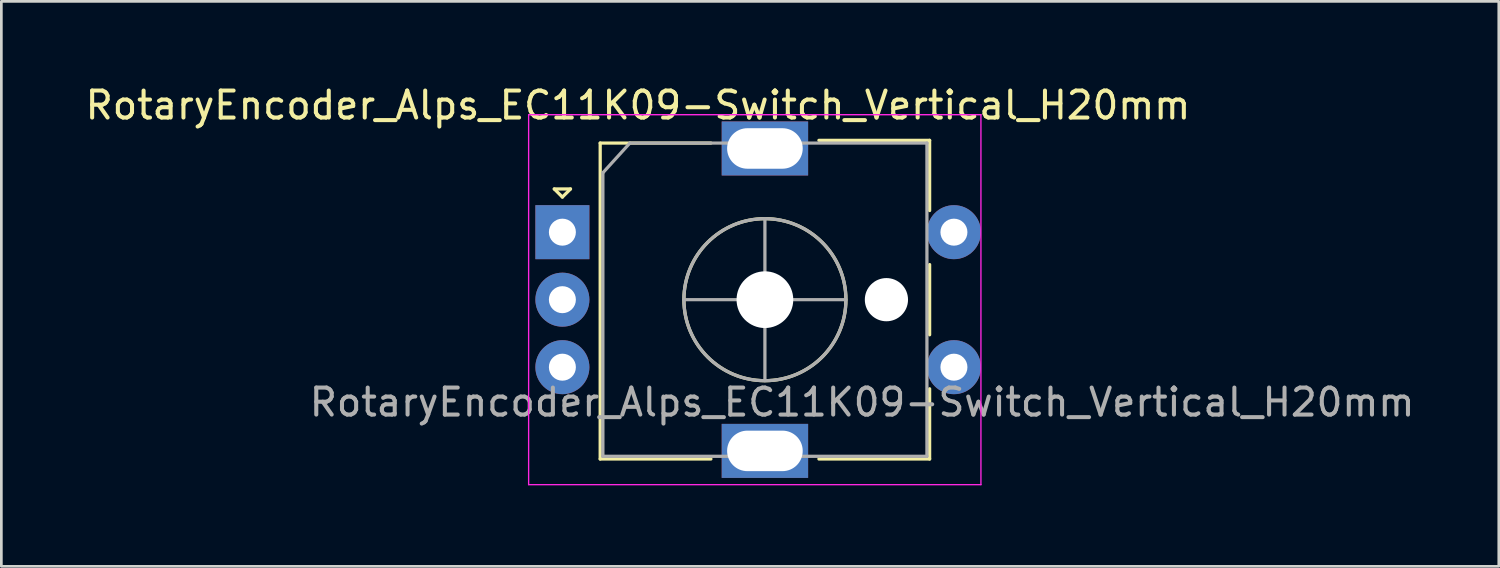
<source format=kicad_pcb>
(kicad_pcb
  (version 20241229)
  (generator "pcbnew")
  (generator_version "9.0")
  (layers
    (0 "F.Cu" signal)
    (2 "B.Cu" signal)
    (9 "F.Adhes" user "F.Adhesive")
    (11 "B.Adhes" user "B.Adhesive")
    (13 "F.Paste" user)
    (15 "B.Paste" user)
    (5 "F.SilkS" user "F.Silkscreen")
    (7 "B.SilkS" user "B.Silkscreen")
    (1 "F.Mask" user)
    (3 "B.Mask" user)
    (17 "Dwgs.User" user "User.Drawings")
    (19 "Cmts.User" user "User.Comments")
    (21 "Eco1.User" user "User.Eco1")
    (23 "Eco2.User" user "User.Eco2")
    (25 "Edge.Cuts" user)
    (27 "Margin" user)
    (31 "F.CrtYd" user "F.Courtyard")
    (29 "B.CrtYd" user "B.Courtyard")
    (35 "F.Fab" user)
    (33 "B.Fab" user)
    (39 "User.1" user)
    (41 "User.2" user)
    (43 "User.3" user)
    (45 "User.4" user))
  (footprint "RotaryEncoder_Alps_EC11K09-Switch_Vertical_H20mm"
    (layer "F.Cu")
    (at 17.777 5.548)
    (property "Reference" "RotaryEncoder_Alps_EC11K09-Switch_Vertical_H20mm" (at 2.8 -4.7 0) (layer "F.SilkS") (effects (font (size 1 1) (thickness 0.15))))
    (attr through_hole)
    (fp_line (start -0.3 -1.6) (end 0.3 -1.6) (stroke (width 0.12) (type solid)) (layer "F.SilkS"))
    (fp_line (start 0 -1.3) (end -0.3 -1.6) (stroke (width 0.12) (type solid)) (layer "F.SilkS"))
    (fp_line (start 0.3 -1.6) (end 0 -1.3) (stroke (width 0.12) (type solid)) (layer "F.SilkS"))
    (fp_line (start 1.4 -3.3) (end 1.4 8.4) (stroke (width 0.12) (type solid)) (layer "F.SilkS"))
    (fp_line (start 5.5 -3.3) (end 1.4 -3.3) (stroke (width 0.12) (type solid)) (layer "F.SilkS"))
    (fp_line (start 5.5 8.4) (end 1.4 8.4) (stroke (width 0.12) (type solid)) (layer "F.SilkS"))
    (fp_line (start 9.5 -3.4) (end 13.6 -3.4) (stroke (width 0.12) (type solid)) (layer "F.SilkS"))
    (fp_line (start 13.6 -3.4) (end 13.6 -0.8) (stroke (width 0.12) (type solid)) (layer "F.SilkS"))
    (fp_line (start 13.6 1.2) (end 13.6 3.8) (stroke (width 0.12) (type solid)) (layer "F.SilkS"))
    (fp_line (start 13.6 5.8) (end 13.6 8.4) (stroke (width 0.12) (type solid)) (layer "F.SilkS"))
    (fp_line (start 13.6 8.4) (end 9.5 8.4) (stroke (width 0.12) (type solid)) (layer "F.SilkS"))
    (fp_circle (center 7.5 2.5) (end 10.5 2.5) (stroke (width 0.12) (type solid)) (fill no) (layer "F.SilkS"))
    (fp_line (start -1.25 -4.35) (end -1.25 9.35) (stroke (width 0.05) (type solid)) (layer "F.CrtYd"))
    (fp_line (start -1.25 -4.35) (end 15.5 -4.35) (stroke (width 0.05) (type solid)) (layer "F.CrtYd"))
    (fp_line (start 15.5 9.35) (end -1.25 9.35) (stroke (width 0.05) (type solid)) (layer "F.CrtYd"))
    (fp_line (start 15.5 9.35) (end 15.5 -4.35) (stroke (width 0.05) (type solid)) (layer "F.CrtYd"))
    (fp_line (start 1.5 -2.2) (end 2.5 -3.3) (stroke (width 0.12) (type solid)) (layer "F.Fab"))
    (fp_line (start 1.5 8.3) (end 1.5 -2.2) (stroke (width 0.12) (type solid)) (layer "F.Fab"))
    (fp_line (start 2.5 -3.3) (end 13.5 -3.3) (stroke (width 0.12) (type solid)) (layer "F.Fab"))
    (fp_line (start 4.5 2.5) (end 10.5 2.5) (stroke (width 0.12) (type solid)) (layer "F.Fab"))
    (fp_line (start 7.5 -0.5) (end 7.5 5.5) (stroke (width 0.12) (type solid)) (layer "F.Fab"))
    (fp_line (start 13.5 -3.3) (end 13.5 8.3) (stroke (width 0.12) (type solid)) (layer "F.Fab"))
    (fp_line (start 13.5 8.3) (end 1.5 8.3) (stroke (width 0.12) (type solid)) (layer "F.Fab"))
    (fp_circle (center 7.5 2.5) (end 10.5 2.5) (stroke (width 0.12) (type solid)) (fill no) (layer "F.Fab"))
    (fp_text user "${REFERENCE}" (at 11.1 6.3 0) (layer "F.Fab") (effects (font (size 1 1) (thickness 0.15))))
    (pad "" np_thru_hole circle (at 7.5 2.5) (size 2.1 2.1) (drill 2.1) (layers "*.Cu" "*.Mask"))
    (pad "" np_thru_hole circle (at 12 2.5) (size 1.6 1.6) (drill 1.6) (layers "*.Cu" "*.Mask"))
    (pad "A" thru_hole rect (at 0 0) (size 2 2) (drill 1) (layers "*.Cu" "*.Mask"))
    (pad "B" thru_hole circle (at 0 5) (size 2 2) (drill 1) (layers "*.Cu" "*.Mask"))
    (pad "C" thru_hole circle (at 0 2.5) (size 2 2) (drill 1) (layers "*.Cu" "*.Mask"))
    (pad "MP" thru_hole rect (at 7.5 -3.1) (size 3.2 2) (drill oval 2.8 1.5) (layers "*.Cu" "*.Mask"))
    (pad "MP" thru_hole rect (at 7.5 8.1) (size 3.2 2) (drill oval 2.8 1.5) (layers "*.Cu" "*.Mask"))
    (pad "S1" thru_hole circle (at 14.5 5) (size 2 2) (drill 1) (layers "*.Cu" "*.Mask"))
    (pad "S2" thru_hole circle (at 14.5 0) (size 2 2) (drill 1) (layers "*.Cu" "*.Mask")))
  (gr_rect
    (start -3 -3)
    (end 52.455 17.923)
    (stroke (width 0.1) (type default))
    (fill no)
    (layer "Edge.Cuts")))
</source>
